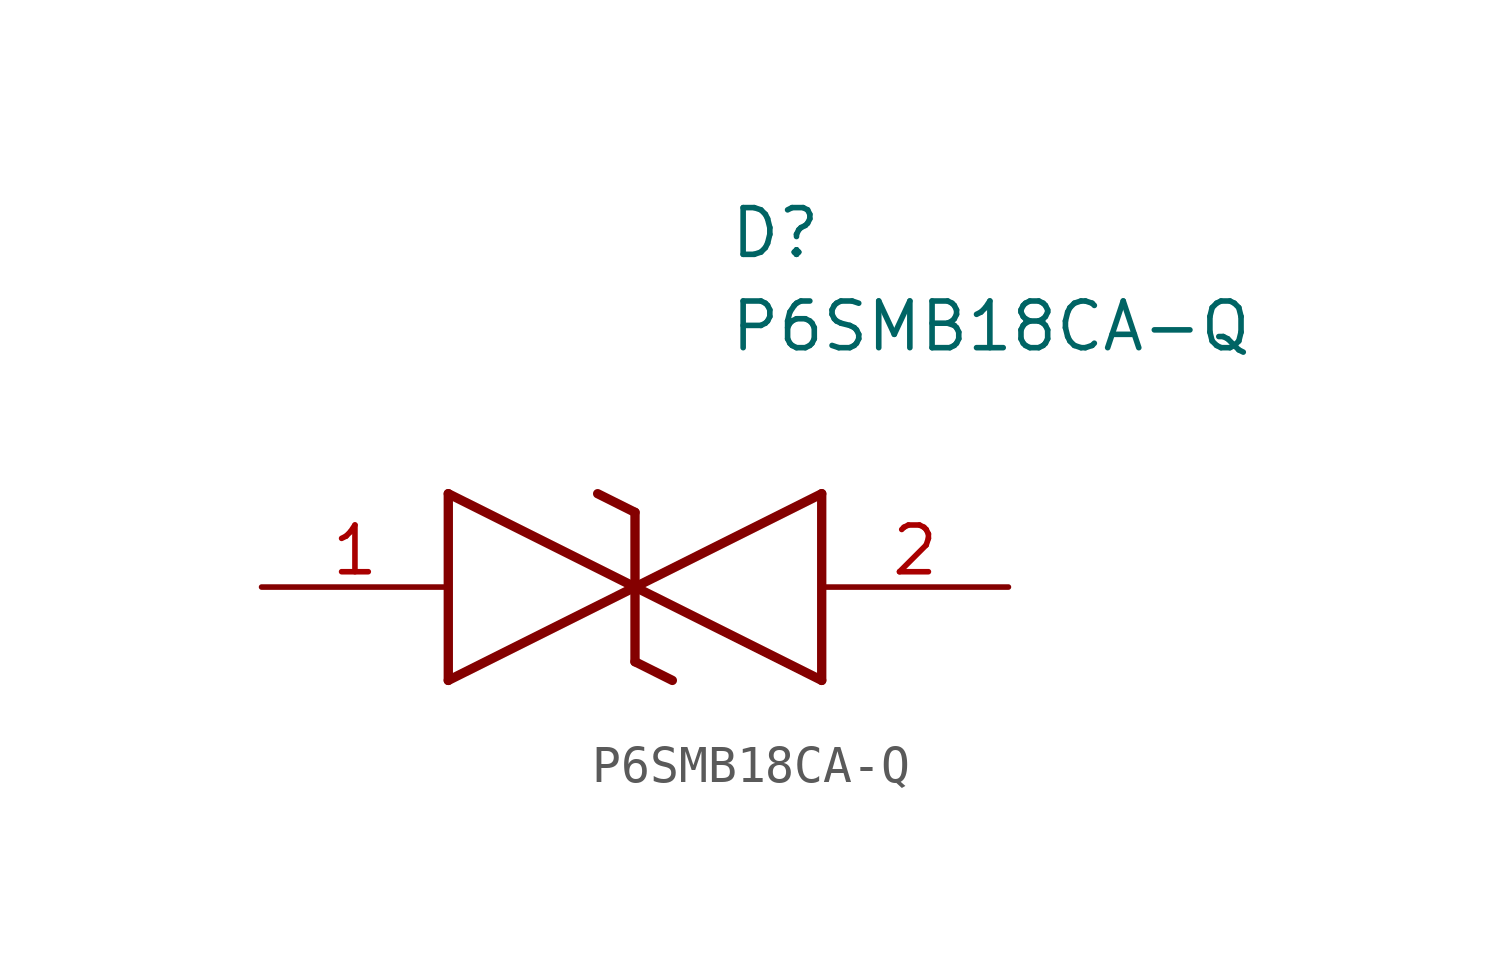
<source format=kicad_sym>
(kicad_symbol_lib
  (version 20211014)
  (generator SamacSys_ECAD_Model)
  (symbol "P6SMB18CA-Q"
    (pin_names hide)
    (property "Reference" "D"
      (at 12.7 8.89 0)
      (effects (font (size 1.27 1.27)) (justify left bottom)))
    (property "Value" "P6SMB18CA-Q"
      (at 12.7 6.35 0)
      (effects (font (size 1.27 1.27)) (justify left bottom)))
    (polyline
      (pts (xy 10.16 0) (xy 5.08 -2.54))
      (stroke (width 0.254) (type default))
      (fill (type none)))
    (polyline
      (pts (xy 5.08 2.54) (xy 5.08 -2.54))
      (stroke (width 0.254) (type default))
      (fill (type none)))
    (polyline
      (pts (xy 5.08 2.54) (xy 10.16 0))
      (stroke (width 0.254) (type default))
      (fill (type none)))
    (polyline
      (pts (xy 10.16 0) (xy 15.24 -2.54))
      (stroke (width 0.254) (type default))
      (fill (type none)))
    (polyline
      (pts (xy 15.24 2.54) (xy 15.24 -2.54))
      (stroke (width 0.254) (type default))
      (fill (type none)))
    (polyline
      (pts (xy 15.24 2.54) (xy 10.16 0))
      (stroke (width 0.254) (type default))
      (fill (type none)))
    (polyline
      (pts (xy 10.16 -2.032) (xy 10.16 2.032))
      (stroke (width 0.254) (type default))
      (fill (type none)))
    (polyline
      (pts (xy 9.144 2.54) (xy 10.16 2.032))
      (stroke (width 0.254) (type default))
      (fill (type none)))
    (polyline
      (pts (xy 10.16 -2.032) (xy 11.176 -2.54))
      (stroke (width 0.254) (type default))
      (fill (type none)))
    (pin passive line
      (at 0 0 0)
      (length 5.08)
      (name "1" (effects (font (size 1.27 1.27))))
      (number "1" (effects (font (size 1.27 1.27)))))
    (pin passive line
      (at 20.32 0 180)
      (length 5.08)
      (name "2" (effects (font (size 1.27 1.27))))
      (number "2" (effects (font (size 1.27 1.27)))))))
</source>
